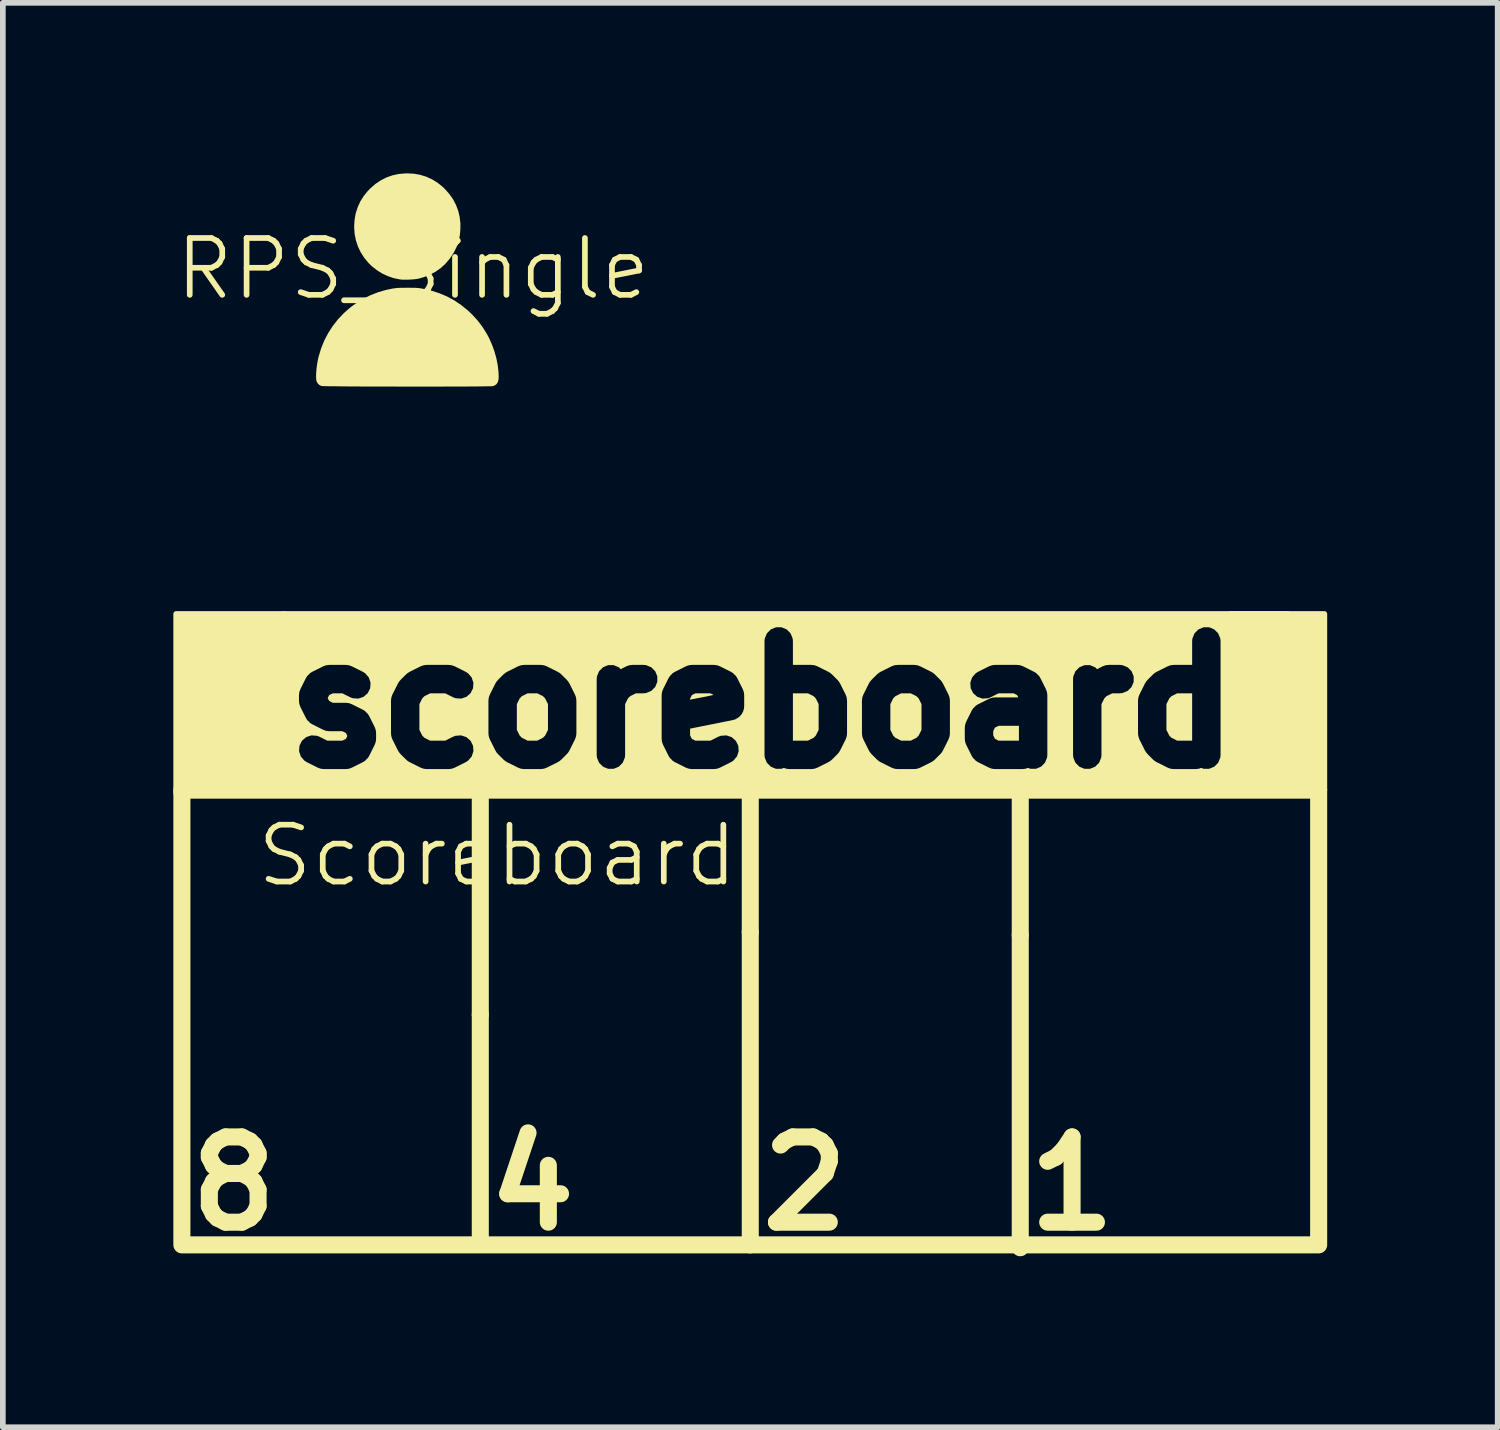
<source format=kicad_pcb>
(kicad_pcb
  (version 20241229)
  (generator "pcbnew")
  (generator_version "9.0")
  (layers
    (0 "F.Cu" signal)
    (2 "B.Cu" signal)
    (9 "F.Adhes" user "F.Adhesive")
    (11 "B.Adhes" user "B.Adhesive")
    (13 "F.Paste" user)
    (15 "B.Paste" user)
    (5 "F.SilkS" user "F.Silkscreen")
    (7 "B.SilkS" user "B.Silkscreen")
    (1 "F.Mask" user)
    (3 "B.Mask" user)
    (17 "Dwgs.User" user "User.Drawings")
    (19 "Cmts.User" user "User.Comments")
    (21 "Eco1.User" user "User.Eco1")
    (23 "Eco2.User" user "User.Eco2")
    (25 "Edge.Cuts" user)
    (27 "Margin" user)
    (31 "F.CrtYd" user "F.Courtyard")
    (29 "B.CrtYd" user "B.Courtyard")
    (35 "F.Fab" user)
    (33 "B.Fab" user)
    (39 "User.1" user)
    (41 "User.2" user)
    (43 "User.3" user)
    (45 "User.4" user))
  (footprint "Scoreboard"
    (layer "F.Cu")
    (at 5.7 12.502)
    (property "Reference" "Scoreboard" (at 0 -0.5 0) (unlocked yes) (layer "F.SilkS") (effects (font (size 1 1) (thickness 0.1))))
    (attr smd)
    (fp_line (start -3.75 -4.75) (end 13.9 -4.75) (stroke (width 0.1) (type default)) (layer "F.SilkS"))
    (fp_line (start -0.3 -1.6) (end -0.3 2.3) (stroke (width 0.3) (type solid)) (layer "F.SilkS"))
    (fp_line (start -0.3 2.3) (end -0.3 -1.6) (stroke (width 0.1) (type default)) (layer "F.SilkS"))
    (fp_line (start -0.3 6.25) (end -0.3 2.3) (stroke (width 0.3) (type solid)) (layer "F.SilkS"))
    (fp_line (start 4.45 0.85) (end 4.45 -1.65) (stroke (width 0.3) (type solid)) (layer "F.SilkS"))
    (fp_line (start 4.45 0.85) (end 4.45 6.35) (stroke (width 0.3) (type solid)) (layer "F.SilkS"))
    (fp_line (start 9.2 0.9) (end 9.2 -1.6) (stroke (width 0.3) (type solid)) (layer "F.SilkS"))
    (fp_line (start 9.2 0.9) (end 9.2 6.4) (stroke (width 0.3) (type solid)) (layer "F.SilkS"))
    (fp_rect (start -5.65 -4.75) (end -3.75 -1.6) (stroke (width 0.1) (type solid)) (fill yes) (layer "F.SilkS"))
    (fp_rect (start -5.55 -1.65) (end 14.45 6.35) (stroke (width 0.3) (type solid)) (fill no) (layer "F.SilkS"))
    (fp_rect (start 12.9 -4.75) (end 14.55 -1.65) (stroke (width 0.1) (type solid)) (fill yes) (layer "F.SilkS"))
    (fp_text user "scoreboard" (at -3.95 -2 0) (unlocked yes) (layer "F.SilkS" knockout) (effects (font (size 2 2) (thickness 0.5) (bold yes)) (justify left bottom)))
    (fp_text user "2" (at 4.5 6.15 0) (unlocked yes) (layer "F.SilkS") (effects (font (size 1.5 1.5) (thickness 0.3) (bold yes)) (justify left bottom)))
    (fp_text user "8" (at -5.55 6.15 0) (unlocked yes) (layer "F.SilkS") (effects (font (size 1.5 1.5) (thickness 0.3) (bold yes)) (justify left bottom)))
    (fp_text user "4" (at -0.3 6.15 0) (unlocked yes) (layer "F.SilkS") (effects (font (size 1.5 1.5) (thickness 0.3) (bold yes)) (justify left bottom)))
    (fp_text user "1" (at 9.2 6.15 0) (unlocked yes) (layer "F.SilkS") (effects (font (size 1.5 1.5) (thickness 0.3) (bold yes)) (justify left bottom))))
  (footprint "RPS_Single"
    (layer "F.Cu")
    (at 4.217 2.18)
    (property "Reference" "RPS_Single" (at 0 -0.5 0) (unlocked yes) (layer "F.SilkS") (effects (font (size 1 1) (thickness 0.1))))
    (attr smd)
    (fp_poly (pts (xy 0.014 -2.174) (xy 0.126 -2.154) (xy 0.233 -2.121) (xy 0.334 -2.075) (xy 0.43 -2.016) (xy 0.52 -1.944) (xy 0.557 -1.908) (xy 0.636 -1.82) (xy 0.702 -1.727) (xy 0.754 -1.628) (xy 0.794 -1.524) (xy 0.82 -1.414) (xy 0.833 -1.299) (xy 0.833 -1.204) (xy 0.824 -1.092) (xy 0.802 -0.987) (xy 0.767 -0.887) (xy 0.719 -0.79) (xy 0.657 -0.694) (xy 0.645 -0.678) (xy 0.571 -0.591) (xy 0.489 -0.515) (xy 0.398 -0.451) (xy 0.298 -0.397) (xy 0.189 -0.354) (xy 0.1 -0.328) (xy 0.065 -0.322) (xy 0.019 -0.316) (xy -0.033 -0.312) (xy -0.088 -0.31) (xy -0.141 -0.309) (xy -0.19 -0.31) (xy -0.229 -0.314) (xy -0.232 -0.314) (xy -0.339 -0.336) (xy -0.444 -0.372) (xy -0.545 -0.419) (xy -0.639 -0.478) (xy -0.726 -0.547) (xy -0.788 -0.608) (xy -0.862 -0.699) (xy -0.923 -0.795) (xy -0.971 -0.897) (xy -1.006 -1.004) (xy -1.028 -1.117) (xy -1.036 -1.234) (xy -1.036 -1.247) (xy -1.029 -1.363) (xy -1.009 -1.475) (xy -0.975 -1.582) (xy -0.929 -1.684) (xy -0.869 -1.78) (xy -0.796 -1.87) (xy -0.751 -1.917) (xy -0.662 -1.994) (xy -0.568 -2.057) (xy -0.468 -2.108) (xy -0.363 -2.145) (xy -0.253 -2.169) (xy -0.138 -2.179) (xy -0.104 -2.18)) (stroke (width 0) (type solid)) (fill yes) (layer "F.SilkS"))
    (fp_poly (pts (xy -0.042 -0.167) (xy 0.005 -0.167) (xy 0.044 -0.166) (xy 0.076 -0.164) (xy 0.106 -0.161) (xy 0.135 -0.157) (xy 0.167 -0.151) (xy 0.168 -0.151) (xy 0.318 -0.118) (xy 0.46 -0.072) (xy 0.596 -0.015) (xy 0.724 0.054) (xy 0.847 0.137) (xy 0.964 0.232) (xy 1.043 0.307) (xy 1.137 0.41) (xy 1.223 0.524) (xy 1.3 0.647) (xy 1.339 0.72) (xy 1.389 0.833) (xy 1.432 0.952) (xy 1.466 1.074) (xy 1.49 1.196) (xy 1.504 1.315) (xy 1.507 1.402) (xy 1.503 1.455) (xy 1.49 1.497) (xy 1.467 1.53) (xy 1.436 1.552) (xy 1.4 1.564) (xy 1.388 1.565) (xy 1.363 1.566) (xy 1.325 1.566) (xy 1.275 1.567) (xy 1.214 1.568) (xy 1.144 1.569) (xy 1.064 1.569) (xy 0.975 1.57) (xy 0.879 1.57) (xy 0.776 1.571) (xy 0.667 1.571) (xy 0.553 1.571) (xy 0.435 1.572) (xy 0.313 1.572) (xy 0.188 1.572) (xy 0.061 1.572) (xy -0.067 1.572) (xy -0.194 1.572) (xy -0.322 1.571) (xy -0.448 1.571) (xy -0.572 1.571) (xy -0.692 1.571) (xy -0.809 1.57) (xy -0.921 1.57) (xy -1.028 1.569) (xy -1.128 1.569) (xy -1.221 1.568) (xy -1.306 1.567) (xy -1.383 1.566) (xy -1.449 1.566) (xy -1.506 1.565) (xy -1.551 1.564) (xy -1.584 1.563) (xy -1.604 1.562) (xy -1.609 1.561) (xy -1.648 1.544) (xy -1.678 1.515) (xy -1.697 1.481) (xy -1.703 1.454) (xy -1.706 1.416) (xy -1.706 1.368) (xy -1.703 1.314) (xy -1.698 1.254) (xy -1.69 1.193) (xy -1.68 1.131) (xy -1.668 1.071) (xy -1.661 1.042) (xy -1.617 0.898) (xy -1.561 0.76) (xy -1.492 0.628) (xy -1.411 0.503) (xy -1.319 0.386) (xy -1.215 0.277) (xy -1.101 0.177) (xy -0.986 0.093) (xy -0.869 0.023) (xy -0.743 -0.039) (xy -0.61 -0.09) (xy -0.471 -0.13) (xy -0.365 -0.152) (xy -0.332 -0.157) (xy -0.302 -0.161) (xy -0.271 -0.164) (xy -0.235 -0.166) (xy -0.194 -0.167) (xy -0.142 -0.167) (xy -0.1 -0.168)) (stroke (width 0) (type solid)) (fill yes) (layer "F.SilkS")))
  (gr_rect
    (start -3 -3)
    (end 23.3 22.06)
    (stroke (width 0.1) (type default))
    (fill no)
    (layer "Edge.Cuts")))
</source>
